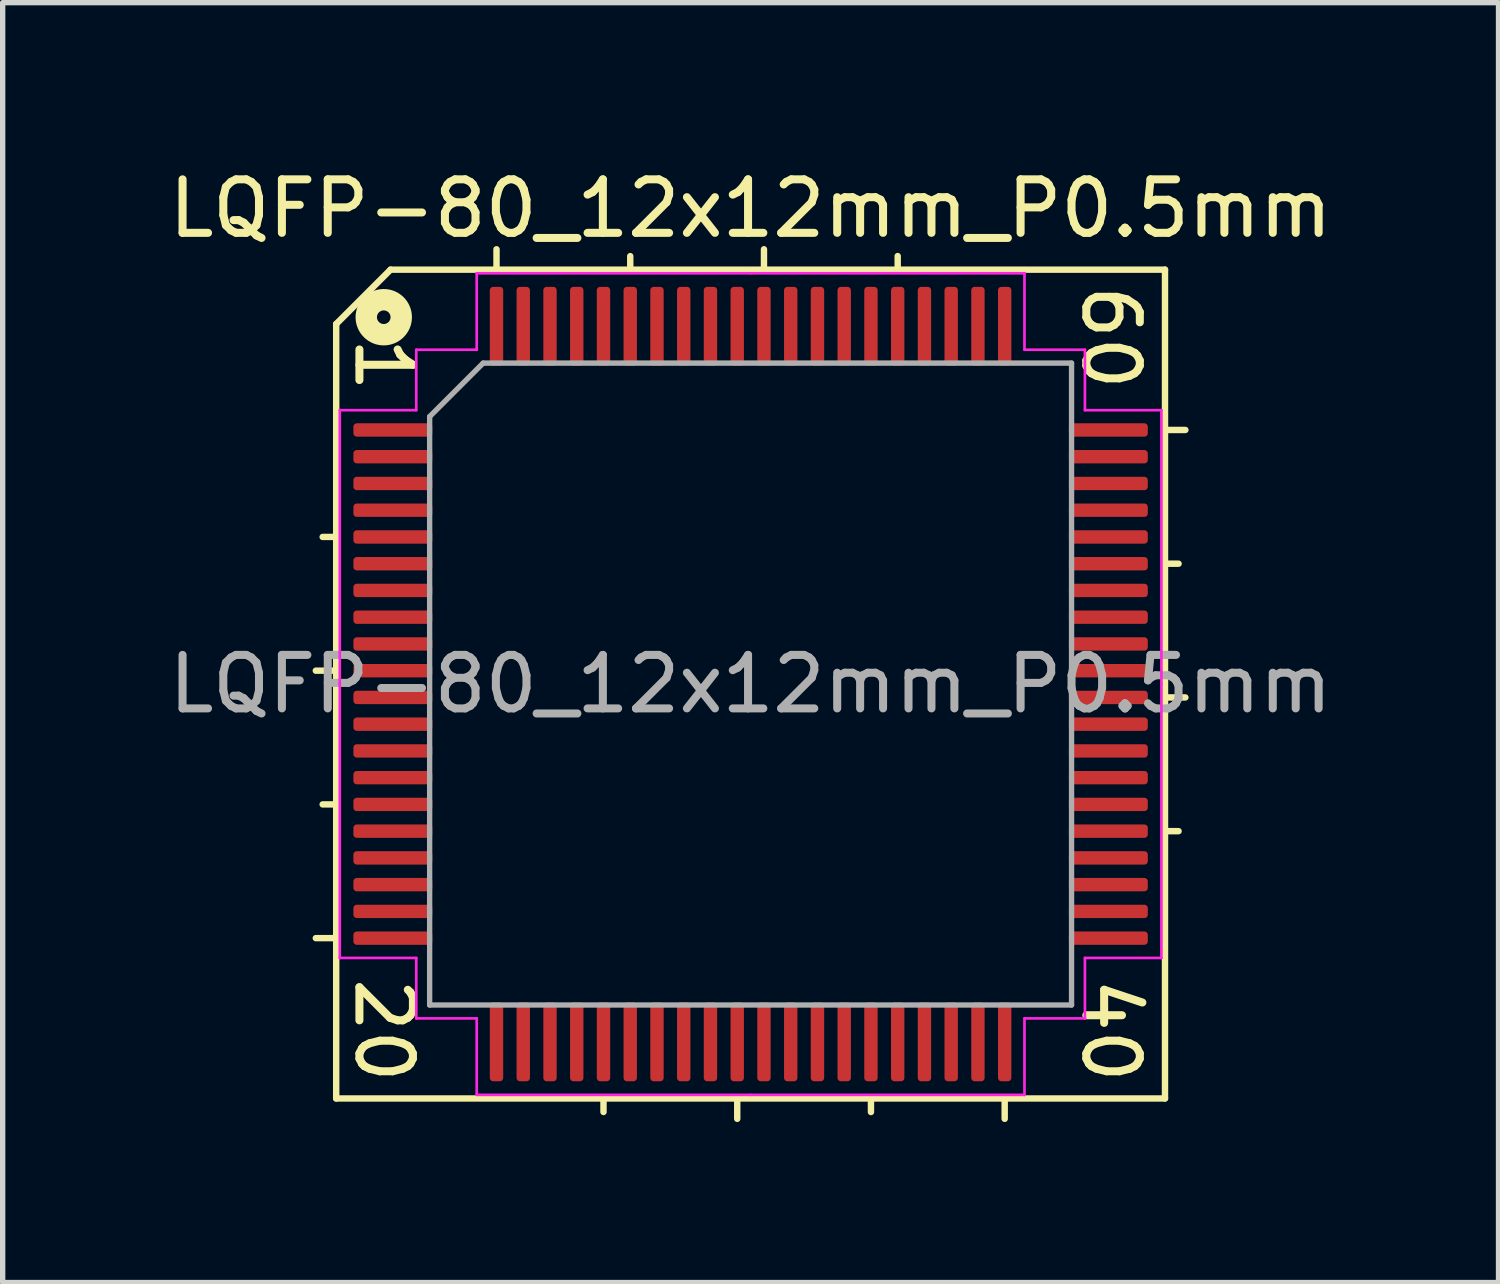
<source format=kicad_pcb>
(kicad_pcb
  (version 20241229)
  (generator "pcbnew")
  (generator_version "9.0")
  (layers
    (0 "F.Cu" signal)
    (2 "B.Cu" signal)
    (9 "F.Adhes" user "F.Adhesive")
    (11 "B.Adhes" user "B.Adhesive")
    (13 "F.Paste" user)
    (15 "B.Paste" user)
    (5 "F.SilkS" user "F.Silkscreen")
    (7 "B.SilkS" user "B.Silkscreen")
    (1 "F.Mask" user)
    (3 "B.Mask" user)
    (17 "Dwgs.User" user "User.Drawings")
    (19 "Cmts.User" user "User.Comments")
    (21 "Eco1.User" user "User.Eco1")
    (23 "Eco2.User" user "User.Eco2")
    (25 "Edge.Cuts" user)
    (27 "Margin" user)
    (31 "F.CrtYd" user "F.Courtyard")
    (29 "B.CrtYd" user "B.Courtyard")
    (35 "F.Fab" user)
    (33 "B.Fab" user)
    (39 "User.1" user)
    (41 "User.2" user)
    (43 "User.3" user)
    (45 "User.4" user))
  (footprint "LQFP-80_12x12mm_P0.5mm"
    (layer "F.Cu")
    (at 10.982 9.738)
    (property "Reference" "LQFP-80_12x12mm_P0.5mm" (at 0 -8.89 0) (layer "F.SilkS") (effects (font (size 1 1) (thickness 0.15))))
    (attr smd)
    (fp_line (start -8.128 -0.25) (end -7.747 -0.25) (stroke (width 0.12) (type solid)) (layer "F.SilkS"))
    (fp_line (start -8.128 4.75) (end -7.747 4.75) (stroke (width 0.12) (type solid)) (layer "F.SilkS"))
    (fp_line (start -8 2.25) (end -7.747 2.25) (stroke (width 0.12) (type solid)) (layer "F.SilkS"))
    (fp_line (start -7.747 -6.731) (end -7.747 7.747) (stroke (width 0.12) (type solid)) (layer "F.SilkS"))
    (fp_line (start -7.747 -2.75) (end -8 -2.75) (stroke (width 0.12) (type solid)) (layer "F.SilkS"))
    (fp_line (start -7.747 7.747) (end 7.747 7.747) (stroke (width 0.12) (type solid)) (layer "F.SilkS"))
    (fp_line (start -6.731 -7.747) (end -7.747 -6.731) (stroke (width 0.12) (type solid)) (layer "F.SilkS"))
    (fp_line (start -4.75 -7.747) (end -4.75 -8.128) (stroke (width 0.12) (type solid)) (layer "F.SilkS"))
    (fp_line (start -2.75 8) (end -2.75 7.747) (stroke (width 0.12) (type solid)) (layer "F.SilkS"))
    (fp_line (start -2.25 -7.747) (end -2.25 -8) (stroke (width 0.12) (type solid)) (layer "F.SilkS"))
    (fp_line (start -0.25 8.128) (end -0.25 7.747) (stroke (width 0.12) (type solid)) (layer "F.SilkS"))
    (fp_line (start 0.25 -7.747) (end 0.25 -8.128) (stroke (width 0.12) (type solid)) (layer "F.SilkS"))
    (fp_line (start 2.25 8.001) (end 2.25 7.747) (stroke (width 0.12) (type solid)) (layer "F.SilkS"))
    (fp_line (start 2.75 -7.747) (end 2.75 -8.001) (stroke (width 0.12) (type solid)) (layer "F.SilkS"))
    (fp_line (start 4.75 8.128) (end 4.75 7.747) (stroke (width 0.12) (type solid)) (layer "F.SilkS"))
    (fp_line (start 7.747 -7.747) (end -6.731 -7.747) (stroke (width 0.12) (type solid)) (layer "F.SilkS"))
    (fp_line (start 7.747 -4.75) (end 8.128 -4.75) (stroke (width 0.12) (type solid)) (layer "F.SilkS"))
    (fp_line (start 7.747 -2.25) (end 8.001 -2.25) (stroke (width 0.12) (type solid)) (layer "F.SilkS"))
    (fp_line (start 7.747 0.25) (end 8.128 0.25) (stroke (width 0.12) (type solid)) (layer "F.SilkS"))
    (fp_line (start 7.747 7.747) (end 7.747 -7.747) (stroke (width 0.12) (type solid)) (layer "F.SilkS"))
    (fp_line (start 7.748 2.75) (end 8.001 2.75) (stroke (width 0.12) (type solid)) (layer "F.SilkS"))
    (fp_circle (center -6.858 -6.858) (end -6.731 -6.858) (stroke (width 0.4) (type solid)) (fill no) (layer "F.SilkS"))
    (fp_line (start -7.68 -5.12) (end -7.68 0) (stroke (width 0.05) (type solid)) (layer "F.CrtYd"))
    (fp_line (start -7.68 5.12) (end -7.68 0) (stroke (width 0.05) (type solid)) (layer "F.CrtYd"))
    (fp_line (start -6.25 -6.25) (end -6.25 -5.12) (stroke (width 0.05) (type solid)) (layer "F.CrtYd"))
    (fp_line (start -6.25 -5.12) (end -7.68 -5.12) (stroke (width 0.05) (type solid)) (layer "F.CrtYd"))
    (fp_line (start -6.25 5.12) (end -7.68 5.12) (stroke (width 0.05) (type solid)) (layer "F.CrtYd"))
    (fp_line (start -6.25 6.25) (end -6.25 5.12) (stroke (width 0.05) (type solid)) (layer "F.CrtYd"))
    (fp_line (start -5.12 -7.68) (end -5.12 -6.25) (stroke (width 0.05) (type solid)) (layer "F.CrtYd"))
    (fp_line (start -5.12 -6.25) (end -6.25 -6.25) (stroke (width 0.05) (type solid)) (layer "F.CrtYd"))
    (fp_line (start -5.12 6.25) (end -6.25 6.25) (stroke (width 0.05) (type solid)) (layer "F.CrtYd"))
    (fp_line (start -5.12 7.68) (end -5.12 6.25) (stroke (width 0.05) (type solid)) (layer "F.CrtYd"))
    (fp_line (start 0 -7.68) (end -5.12 -7.68) (stroke (width 0.05) (type solid)) (layer "F.CrtYd"))
    (fp_line (start 0 -7.68) (end 5.12 -7.68) (stroke (width 0.05) (type solid)) (layer "F.CrtYd"))
    (fp_line (start 0 7.68) (end -5.12 7.68) (stroke (width 0.05) (type solid)) (layer "F.CrtYd"))
    (fp_line (start 0 7.68) (end 5.12 7.68) (stroke (width 0.05) (type solid)) (layer "F.CrtYd"))
    (fp_line (start 5.12 -7.68) (end 5.12 -6.25) (stroke (width 0.05) (type solid)) (layer "F.CrtYd"))
    (fp_line (start 5.12 -6.25) (end 6.25 -6.25) (stroke (width 0.05) (type solid)) (layer "F.CrtYd"))
    (fp_line (start 5.12 6.25) (end 6.25 6.25) (stroke (width 0.05) (type solid)) (layer "F.CrtYd"))
    (fp_line (start 5.12 7.68) (end 5.12 6.25) (stroke (width 0.05) (type solid)) (layer "F.CrtYd"))
    (fp_line (start 6.25 -6.25) (end 6.25 -5.12) (stroke (width 0.05) (type solid)) (layer "F.CrtYd"))
    (fp_line (start 6.25 -5.12) (end 7.68 -5.12) (stroke (width 0.05) (type solid)) (layer "F.CrtYd"))
    (fp_line (start 6.25 5.12) (end 7.68 5.12) (stroke (width 0.05) (type solid)) (layer "F.CrtYd"))
    (fp_line (start 6.25 6.25) (end 6.25 5.12) (stroke (width 0.05) (type solid)) (layer "F.CrtYd"))
    (fp_line (start 7.68 -5.12) (end 7.68 0) (stroke (width 0.05) (type solid)) (layer "F.CrtYd"))
    (fp_line (start 7.68 5.12) (end 7.68 0) (stroke (width 0.05) (type solid)) (layer "F.CrtYd"))
    (fp_line (start -6 -5) (end -5 -6) (stroke (width 0.1) (type solid)) (layer "F.Fab"))
    (fp_line (start -6 6) (end -6 -5) (stroke (width 0.1) (type solid)) (layer "F.Fab"))
    (fp_line (start -5 -6) (end 6 -6) (stroke (width 0.1) (type solid)) (layer "F.Fab"))
    (fp_line (start 6 -6) (end 6 6) (stroke (width 0.1) (type solid)) (layer "F.Fab"))
    (fp_line (start 6 6) (end -6 6) (stroke (width 0.1) (type solid)) (layer "F.Fab"))
    (fp_text user "1" (at -6.858 -5.969 270) (unlocked yes) (layer "F.SilkS") (effects (font (size 1 1) (thickness 0.15))))
    (fp_text user "60" (at 6.731 -6.477 270) (unlocked yes) (layer "F.SilkS") (effects (font (size 1 1) (thickness 0.15))))
    (fp_text user "20" (at -6.858 6.477 270) (unlocked yes) (layer "F.SilkS") (effects (font (size 1 1) (thickness 0.15))))
    (fp_text user "40" (at 6.731 6.477 270) (unlocked yes) (layer "F.SilkS") (effects (font (size 1 1) (thickness 0.15))))
    (fp_text user "${REFERENCE}" (at 0 0 0) (layer "F.Fab") (effects (font (size 1 1) (thickness 0.15))))
    (pad "1" smd roundrect (at -6.688 -4.75) (size 1.475 0.25) (layers "F.Cu" "F.Mask" "F.Paste") (roundrect_rratio 0.25))
    (pad "2" smd roundrect (at -6.688 -4.25) (size 1.475 0.25) (layers "F.Cu" "F.Mask" "F.Paste") (roundrect_rratio 0.25))
    (pad "3" smd roundrect (at -6.688 -3.75) (size 1.475 0.25) (layers "F.Cu" "F.Mask" "F.Paste") (roundrect_rratio 0.25))
    (pad "4" smd roundrect (at -6.688 -3.25) (size 1.475 0.25) (layers "F.Cu" "F.Mask" "F.Paste") (roundrect_rratio 0.25))
    (pad "5" smd roundrect (at -6.688 -2.75) (size 1.475 0.25) (layers "F.Cu" "F.Mask" "F.Paste") (roundrect_rratio 0.25))
    (pad "6" smd roundrect (at -6.688 -2.25) (size 1.475 0.25) (layers "F.Cu" "F.Mask" "F.Paste") (roundrect_rratio 0.25))
    (pad "7" smd roundrect (at -6.688 -1.75) (size 1.475 0.25) (layers "F.Cu" "F.Mask" "F.Paste") (roundrect_rratio 0.25))
    (pad "8" smd roundrect (at -6.688 -1.25) (size 1.475 0.25) (layers "F.Cu" "F.Mask" "F.Paste") (roundrect_rratio 0.25))
    (pad "9" smd roundrect (at -6.688 -0.75) (size 1.475 0.25) (layers "F.Cu" "F.Mask" "F.Paste") (roundrect_rratio 0.25))
    (pad "10" smd roundrect (at -6.688 -0.25) (size 1.475 0.25) (layers "F.Cu" "F.Mask" "F.Paste") (roundrect_rratio 0.25))
    (pad "11" smd roundrect (at -6.688 0.25) (size 1.475 0.25) (layers "F.Cu" "F.Mask" "F.Paste") (roundrect_rratio 0.25))
    (pad "12" smd roundrect (at -6.688 0.75) (size 1.475 0.25) (layers "F.Cu" "F.Mask" "F.Paste") (roundrect_rratio 0.25))
    (pad "13" smd roundrect (at -6.688 1.25) (size 1.475 0.25) (layers "F.Cu" "F.Mask" "F.Paste") (roundrect_rratio 0.25))
    (pad "14" smd roundrect (at -6.688 1.75) (size 1.475 0.25) (layers "F.Cu" "F.Mask" "F.Paste") (roundrect_rratio 0.25))
    (pad "15" smd roundrect (at -6.688 2.25) (size 1.475 0.25) (layers "F.Cu" "F.Mask" "F.Paste") (roundrect_rratio 0.25))
    (pad "16" smd roundrect (at -6.688 2.75) (size 1.475 0.25) (layers "F.Cu" "F.Mask" "F.Paste") (roundrect_rratio 0.25))
    (pad "17" smd roundrect (at -6.688 3.25) (size 1.475 0.25) (layers "F.Cu" "F.Mask" "F.Paste") (roundrect_rratio 0.25))
    (pad "18" smd roundrect (at -6.688 3.75) (size 1.475 0.25) (layers "F.Cu" "F.Mask" "F.Paste") (roundrect_rratio 0.25))
    (pad "19" smd roundrect (at -6.688 4.25) (size 1.475 0.25) (layers "F.Cu" "F.Mask" "F.Paste") (roundrect_rratio 0.25))
    (pad "20" smd roundrect (at -6.688 4.75) (size 1.475 0.25) (layers "F.Cu" "F.Mask" "F.Paste") (roundrect_rratio 0.25))
    (pad "21" smd roundrect (at -4.75 6.688) (size 0.25 1.475) (layers "F.Cu" "F.Mask" "F.Paste") (roundrect_rratio 0.25))
    (pad "22" smd roundrect (at -4.25 6.688) (size 0.25 1.475) (layers "F.Cu" "F.Mask" "F.Paste") (roundrect_rratio 0.25))
    (pad "23" smd roundrect (at -3.75 6.688) (size 0.25 1.475) (layers "F.Cu" "F.Mask" "F.Paste") (roundrect_rratio 0.25))
    (pad "24" smd roundrect (at -3.25 6.688) (size 0.25 1.475) (layers "F.Cu" "F.Mask" "F.Paste") (roundrect_rratio 0.25))
    (pad "25" smd roundrect (at -2.75 6.688) (size 0.25 1.475) (layers "F.Cu" "F.Mask" "F.Paste") (roundrect_rratio 0.25))
    (pad "26" smd roundrect (at -2.25 6.688) (size 0.25 1.475) (layers "F.Cu" "F.Mask" "F.Paste") (roundrect_rratio 0.25))
    (pad "27" smd roundrect (at -1.75 6.688) (size 0.25 1.475) (layers "F.Cu" "F.Mask" "F.Paste") (roundrect_rratio 0.25))
    (pad "28" smd roundrect (at -1.25 6.688) (size 0.25 1.475) (layers "F.Cu" "F.Mask" "F.Paste") (roundrect_rratio 0.25))
    (pad "29" smd roundrect (at -0.75 6.688) (size 0.25 1.475) (layers "F.Cu" "F.Mask" "F.Paste") (roundrect_rratio 0.25))
    (pad "30" smd roundrect (at -0.25 6.688) (size 0.25 1.475) (layers "F.Cu" "F.Mask" "F.Paste") (roundrect_rratio 0.25))
    (pad "31" smd roundrect (at 0.25 6.688) (size 0.25 1.475) (layers "F.Cu" "F.Mask" "F.Paste") (roundrect_rratio 0.25))
    (pad "32" smd roundrect (at 0.75 6.688) (size 0.25 1.475) (layers "F.Cu" "F.Mask" "F.Paste") (roundrect_rratio 0.25))
    (pad "33" smd roundrect (at 1.25 6.688) (size 0.25 1.475) (layers "F.Cu" "F.Mask" "F.Paste") (roundrect_rratio 0.25))
    (pad "34" smd roundrect (at 1.75 6.688) (size 0.25 1.475) (layers "F.Cu" "F.Mask" "F.Paste") (roundrect_rratio 0.25))
    (pad "35" smd roundrect (at 2.25 6.688) (size 0.25 1.475) (layers "F.Cu" "F.Mask" "F.Paste") (roundrect_rratio 0.25))
    (pad "36" smd roundrect (at 2.75 6.688) (size 0.25 1.475) (layers "F.Cu" "F.Mask" "F.Paste") (roundrect_rratio 0.25))
    (pad "37" smd roundrect (at 3.25 6.688) (size 0.25 1.475) (layers "F.Cu" "F.Mask" "F.Paste") (roundrect_rratio 0.25))
    (pad "38" smd roundrect (at 3.75 6.688) (size 0.25 1.475) (layers "F.Cu" "F.Mask" "F.Paste") (roundrect_rratio 0.25))
    (pad "39" smd roundrect (at 4.25 6.688) (size 0.25 1.475) (layers "F.Cu" "F.Mask" "F.Paste") (roundrect_rratio 0.25))
    (pad "40" smd roundrect (at 4.75 6.688) (size 0.25 1.475) (layers "F.Cu" "F.Mask" "F.Paste") (roundrect_rratio 0.25))
    (pad "41" smd roundrect (at 6.688 4.75) (size 1.475 0.25) (layers "F.Cu" "F.Mask" "F.Paste") (roundrect_rratio 0.25))
    (pad "42" smd roundrect (at 6.688 4.25) (size 1.475 0.25) (layers "F.Cu" "F.Mask" "F.Paste") (roundrect_rratio 0.25))
    (pad "43" smd roundrect (at 6.688 3.75) (size 1.475 0.25) (layers "F.Cu" "F.Mask" "F.Paste") (roundrect_rratio 0.25))
    (pad "44" smd roundrect (at 6.688 3.25) (size 1.475 0.25) (layers "F.Cu" "F.Mask" "F.Paste") (roundrect_rratio 0.25))
    (pad "45" smd roundrect (at 6.688 2.75) (size 1.475 0.25) (layers "F.Cu" "F.Mask" "F.Paste") (roundrect_rratio 0.25))
    (pad "46" smd roundrect (at 6.688 2.25) (size 1.475 0.25) (layers "F.Cu" "F.Mask" "F.Paste") (roundrect_rratio 0.25))
    (pad "47" smd roundrect (at 6.688 1.75) (size 1.475 0.25) (layers "F.Cu" "F.Mask" "F.Paste") (roundrect_rratio 0.25))
    (pad "48" smd roundrect (at 6.688 1.25) (size 1.475 0.25) (layers "F.Cu" "F.Mask" "F.Paste") (roundrect_rratio 0.25))
    (pad "49" smd roundrect (at 6.688 0.75) (size 1.475 0.25) (layers "F.Cu" "F.Mask" "F.Paste") (roundrect_rratio 0.25))
    (pad "50" smd roundrect (at 6.688 0.25) (size 1.475 0.25) (layers "F.Cu" "F.Mask" "F.Paste") (roundrect_rratio 0.25))
    (pad "51" smd roundrect (at 6.688 -0.25) (size 1.475 0.25) (layers "F.Cu" "F.Mask" "F.Paste") (roundrect_rratio 0.25))
    (pad "52" smd roundrect (at 6.688 -0.75) (size 1.475 0.25) (layers "F.Cu" "F.Mask" "F.Paste") (roundrect_rratio 0.25))
    (pad "53" smd roundrect (at 6.688 -1.25) (size 1.475 0.25) (layers "F.Cu" "F.Mask" "F.Paste") (roundrect_rratio 0.25))
    (pad "54" smd roundrect (at 6.688 -1.75) (size 1.475 0.25) (layers "F.Cu" "F.Mask" "F.Paste") (roundrect_rratio 0.25))
    (pad "55" smd roundrect (at 6.688 -2.25) (size 1.475 0.25) (layers "F.Cu" "F.Mask" "F.Paste") (roundrect_rratio 0.25))
    (pad "56" smd roundrect (at 6.688 -2.75) (size 1.475 0.25) (layers "F.Cu" "F.Mask" "F.Paste") (roundrect_rratio 0.25))
    (pad "57" smd roundrect (at 6.688 -3.25) (size 1.475 0.25) (layers "F.Cu" "F.Mask" "F.Paste") (roundrect_rratio 0.25))
    (pad "58" smd roundrect (at 6.688 -3.75) (size 1.475 0.25) (layers "F.Cu" "F.Mask" "F.Paste") (roundrect_rratio 0.25))
    (pad "59" smd roundrect (at 6.688 -4.25) (size 1.475 0.25) (layers "F.Cu" "F.Mask" "F.Paste") (roundrect_rratio 0.25))
    (pad "60" smd roundrect (at 6.688 -4.75) (size 1.475 0.25) (layers "F.Cu" "F.Mask" "F.Paste") (roundrect_rratio 0.25))
    (pad "61" smd roundrect (at 4.75 -6.688) (size 0.25 1.475) (layers "F.Cu" "F.Mask" "F.Paste") (roundrect_rratio 0.25))
    (pad "62" smd roundrect (at 4.25 -6.688) (size 0.25 1.475) (layers "F.Cu" "F.Mask" "F.Paste") (roundrect_rratio 0.25))
    (pad "63" smd roundrect (at 3.75 -6.688) (size 0.25 1.475) (layers "F.Cu" "F.Mask" "F.Paste") (roundrect_rratio 0.25))
    (pad "64" smd roundrect (at 3.25 -6.688) (size 0.25 1.475) (layers "F.Cu" "F.Mask" "F.Paste") (roundrect_rratio 0.25))
    (pad "65" smd roundrect (at 2.75 -6.688) (size 0.25 1.475) (layers "F.Cu" "F.Mask" "F.Paste") (roundrect_rratio 0.25))
    (pad "66" smd roundrect (at 2.25 -6.688) (size 0.25 1.475) (layers "F.Cu" "F.Mask" "F.Paste") (roundrect_rratio 0.25))
    (pad "67" smd roundrect (at 1.75 -6.688) (size 0.25 1.475) (layers "F.Cu" "F.Mask" "F.Paste") (roundrect_rratio 0.25))
    (pad "68" smd roundrect (at 1.25 -6.688) (size 0.25 1.475) (layers "F.Cu" "F.Mask" "F.Paste") (roundrect_rratio 0.25))
    (pad "69" smd roundrect (at 0.75 -6.688) (size 0.25 1.475) (layers "F.Cu" "F.Mask" "F.Paste") (roundrect_rratio 0.25))
    (pad "70" smd roundrect (at 0.25 -6.688) (size 0.25 1.475) (layers "F.Cu" "F.Mask" "F.Paste") (roundrect_rratio 0.25))
    (pad "71" smd roundrect (at -0.25 -6.688) (size 0.25 1.475) (layers "F.Cu" "F.Mask" "F.Paste") (roundrect_rratio 0.25))
    (pad "72" smd roundrect (at -0.75 -6.688) (size 0.25 1.475) (layers "F.Cu" "F.Mask" "F.Paste") (roundrect_rratio 0.25))
    (pad "73" smd roundrect (at -1.25 -6.688) (size 0.25 1.475) (layers "F.Cu" "F.Mask" "F.Paste") (roundrect_rratio 0.25))
    (pad "74" smd roundrect (at -1.75 -6.688) (size 0.25 1.475) (layers "F.Cu" "F.Mask" "F.Paste") (roundrect_rratio 0.25))
    (pad "75" smd roundrect (at -2.25 -6.688) (size 0.25 1.475) (layers "F.Cu" "F.Mask" "F.Paste") (roundrect_rratio 0.25))
    (pad "76" smd roundrect (at -2.75 -6.688) (size 0.25 1.475) (layers "F.Cu" "F.Mask" "F.Paste") (roundrect_rratio 0.25))
    (pad "77" smd roundrect (at -3.25 -6.688) (size 0.25 1.475) (layers "F.Cu" "F.Mask" "F.Paste") (roundrect_rratio 0.25))
    (pad "78" smd roundrect (at -3.75 -6.688) (size 0.25 1.475) (layers "F.Cu" "F.Mask" "F.Paste") (roundrect_rratio 0.25))
    (pad "79" smd roundrect (at -4.25 -6.688) (size 0.25 1.475) (layers "F.Cu" "F.Mask" "F.Paste") (roundrect_rratio 0.25))
    (pad "80" smd roundrect (at -4.75 -6.688) (size 0.25 1.475) (layers "F.Cu" "F.Mask" "F.Paste") (roundrect_rratio 0.25)))
  (gr_rect
    (start -3 -3)
    (end 24.964 20.926)
    (stroke (width 0.1) (type default))
    (fill no)
    (layer "Edge.Cuts")))
</source>
